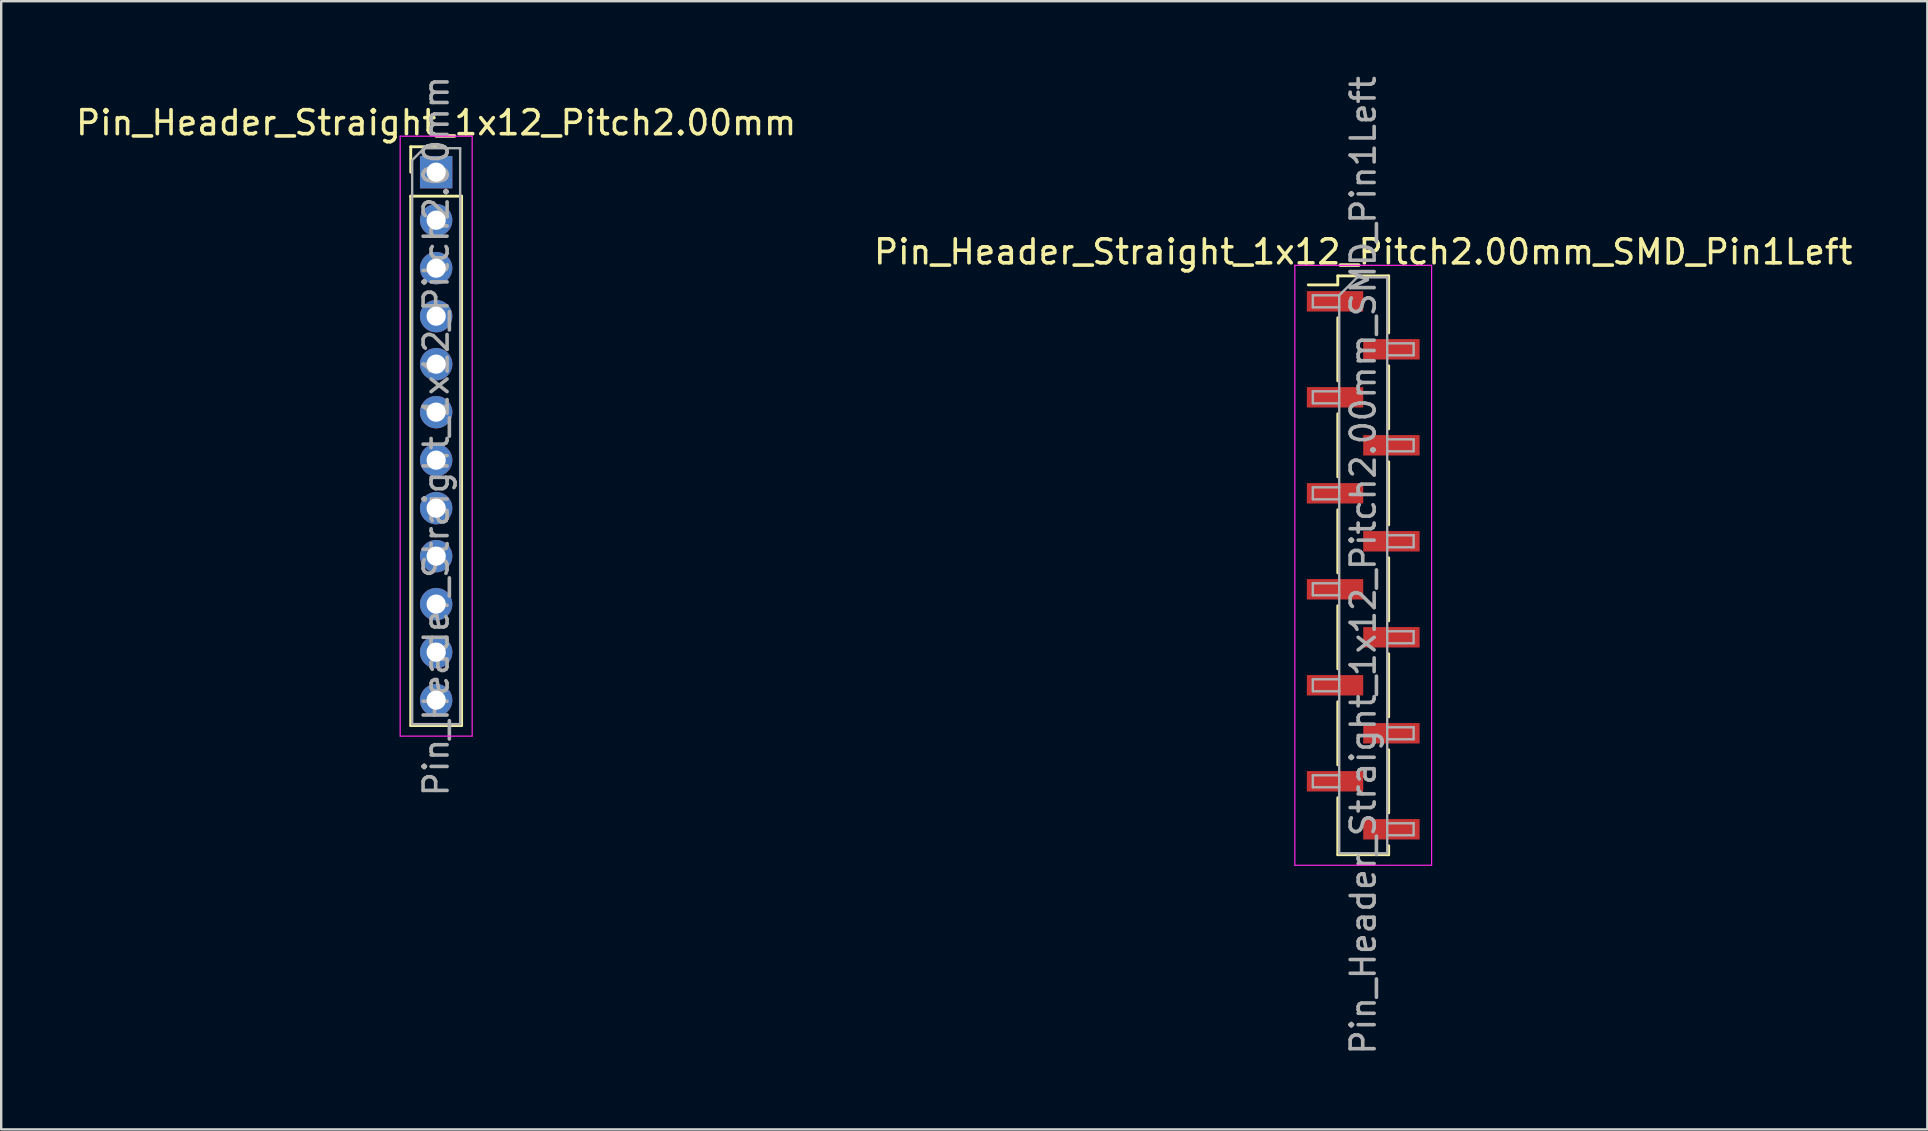
<source format=kicad_pcb>
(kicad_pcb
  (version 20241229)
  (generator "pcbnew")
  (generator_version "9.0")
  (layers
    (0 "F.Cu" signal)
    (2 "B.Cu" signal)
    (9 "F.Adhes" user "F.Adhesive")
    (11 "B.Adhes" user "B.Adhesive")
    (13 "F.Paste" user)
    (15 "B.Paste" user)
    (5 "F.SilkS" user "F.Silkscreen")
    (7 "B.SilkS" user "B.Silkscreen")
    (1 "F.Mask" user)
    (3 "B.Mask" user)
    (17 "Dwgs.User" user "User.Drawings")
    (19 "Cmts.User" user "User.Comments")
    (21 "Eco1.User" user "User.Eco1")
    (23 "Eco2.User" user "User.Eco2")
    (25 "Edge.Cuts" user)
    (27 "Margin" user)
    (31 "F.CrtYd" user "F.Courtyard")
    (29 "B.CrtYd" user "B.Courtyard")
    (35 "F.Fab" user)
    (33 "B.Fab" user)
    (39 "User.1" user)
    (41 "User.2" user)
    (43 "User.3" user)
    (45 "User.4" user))
  (footprint "Pin_Header_Straight_1x12_Pitch2.00mm_SMD_Pin1Left"
    (layer "F.Cu")
    (at 53.756 20.506)
    (property "Reference" "Pin_Header_Straight_1x12_Pitch2.00mm_SMD_Pin1Left" (at 0 -13.06 0) (layer "F.SilkS") (effects (font (size 1 1) (thickness 0.15))))
    (attr smd)
    (fp_line (start -1.06 -12.06) (end -1.06 -11.685) (stroke (width 0.12) (type solid)) (layer "F.SilkS"))
    (fp_line (start -1.06 -12.06) (end 1.06 -12.06) (stroke (width 0.12) (type solid)) (layer "F.SilkS"))
    (fp_line (start -1.06 -11.685) (end -2.29 -11.685) (stroke (width 0.12) (type solid)) (layer "F.SilkS"))
    (fp_line (start -1.06 -10.315) (end -1.06 -7.685) (stroke (width 0.12) (type solid)) (layer "F.SilkS"))
    (fp_line (start -1.06 -6.315) (end -1.06 -3.685) (stroke (width 0.12) (type solid)) (layer "F.SilkS"))
    (fp_line (start -1.06 -2.315) (end -1.06 0.315) (stroke (width 0.12) (type solid)) (layer "F.SilkS"))
    (fp_line (start -1.06 1.685) (end -1.06 4.315) (stroke (width 0.12) (type solid)) (layer "F.SilkS"))
    (fp_line (start -1.06 5.685) (end -1.06 8.315) (stroke (width 0.12) (type solid)) (layer "F.SilkS"))
    (fp_line (start -1.06 9.685) (end -1.06 12.06) (stroke (width 0.12) (type solid)) (layer "F.SilkS"))
    (fp_line (start -1.06 12.06) (end 1.06 12.06) (stroke (width 0.12) (type solid)) (layer "F.SilkS"))
    (fp_line (start 1.06 -12.06) (end 1.06 -9.685) (stroke (width 0.12) (type solid)) (layer "F.SilkS"))
    (fp_line (start 1.06 -8.315) (end 1.06 -5.685) (stroke (width 0.12) (type solid)) (layer "F.SilkS"))
    (fp_line (start 1.06 -4.315) (end 1.06 -1.685) (stroke (width 0.12) (type solid)) (layer "F.SilkS"))
    (fp_line (start 1.06 -0.315) (end 1.06 2.315) (stroke (width 0.12) (type solid)) (layer "F.SilkS"))
    (fp_line (start 1.06 3.685) (end 1.06 6.315) (stroke (width 0.12) (type solid)) (layer "F.SilkS"))
    (fp_line (start 1.06 7.685) (end 1.06 10.315) (stroke (width 0.12) (type solid)) (layer "F.SilkS"))
    (fp_line (start 1.06 11.685) (end 1.06 12.06) (stroke (width 0.12) (type solid)) (layer "F.SilkS"))
    (fp_line (start -2.85 -12.5) (end -2.85 12.5) (stroke (width 0.05) (type solid)) (layer "F.CrtYd"))
    (fp_line (start -2.85 12.5) (end 2.85 12.5) (stroke (width 0.05) (type solid)) (layer "F.CrtYd"))
    (fp_line (start 2.85 -12.5) (end -2.85 -12.5) (stroke (width 0.05) (type solid)) (layer "F.CrtYd"))
    (fp_line (start 2.85 12.5) (end 2.85 -12.5) (stroke (width 0.05) (type solid)) (layer "F.CrtYd"))
    (fp_line (start -2.1 -11.25) (end -2.1 -10.75) (stroke (width 0.1) (type solid)) (layer "F.Fab"))
    (fp_line (start -2.1 -10.75) (end -1 -10.75) (stroke (width 0.1) (type solid)) (layer "F.Fab"))
    (fp_line (start -2.1 -7.25) (end -2.1 -6.75) (stroke (width 0.1) (type solid)) (layer "F.Fab"))
    (fp_line (start -2.1 -6.75) (end -1 -6.75) (stroke (width 0.1) (type solid)) (layer "F.Fab"))
    (fp_line (start -2.1 -3.25) (end -2.1 -2.75) (stroke (width 0.1) (type solid)) (layer "F.Fab"))
    (fp_line (start -2.1 -2.75) (end -1 -2.75) (stroke (width 0.1) (type solid)) (layer "F.Fab"))
    (fp_line (start -2.1 0.75) (end -2.1 1.25) (stroke (width 0.1) (type solid)) (layer "F.Fab"))
    (fp_line (start -2.1 1.25) (end -1 1.25) (stroke (width 0.1) (type solid)) (layer "F.Fab"))
    (fp_line (start -2.1 4.75) (end -2.1 5.25) (stroke (width 0.1) (type solid)) (layer "F.Fab"))
    (fp_line (start -2.1 5.25) (end -1 5.25) (stroke (width 0.1) (type solid)) (layer "F.Fab"))
    (fp_line (start -2.1 8.75) (end -2.1 9.25) (stroke (width 0.1) (type solid)) (layer "F.Fab"))
    (fp_line (start -2.1 9.25) (end -1 9.25) (stroke (width 0.1) (type solid)) (layer "F.Fab"))
    (fp_line (start -1 -11.25) (end -2.1 -11.25) (stroke (width 0.1) (type solid)) (layer "F.Fab"))
    (fp_line (start -1 -11.25) (end -0.25 -12) (stroke (width 0.1) (type solid)) (layer "F.Fab"))
    (fp_line (start -1 -7.25) (end -2.1 -7.25) (stroke (width 0.1) (type solid)) (layer "F.Fab"))
    (fp_line (start -1 -3.25) (end -2.1 -3.25) (stroke (width 0.1) (type solid)) (layer "F.Fab"))
    (fp_line (start -1 0.75) (end -2.1 0.75) (stroke (width 0.1) (type solid)) (layer "F.Fab"))
    (fp_line (start -1 4.75) (end -2.1 4.75) (stroke (width 0.1) (type solid)) (layer "F.Fab"))
    (fp_line (start -1 8.75) (end -2.1 8.75) (stroke (width 0.1) (type solid)) (layer "F.Fab"))
    (fp_line (start -1 12) (end -1 -11.25) (stroke (width 0.1) (type solid)) (layer "F.Fab"))
    (fp_line (start -0.25 -12) (end 1 -12) (stroke (width 0.1) (type solid)) (layer "F.Fab"))
    (fp_line (start 1 -12) (end 1 12) (stroke (width 0.1) (type solid)) (layer "F.Fab"))
    (fp_line (start 1 -9.25) (end 2.1 -9.25) (stroke (width 0.1) (type solid)) (layer "F.Fab"))
    (fp_line (start 1 -5.25) (end 2.1 -5.25) (stroke (width 0.1) (type solid)) (layer "F.Fab"))
    (fp_line (start 1 -1.25) (end 2.1 -1.25) (stroke (width 0.1) (type solid)) (layer "F.Fab"))
    (fp_line (start 1 2.75) (end 2.1 2.75) (stroke (width 0.1) (type solid)) (layer "F.Fab"))
    (fp_line (start 1 6.75) (end 2.1 6.75) (stroke (width 0.1) (type solid)) (layer "F.Fab"))
    (fp_line (start 1 10.75) (end 2.1 10.75) (stroke (width 0.1) (type solid)) (layer "F.Fab"))
    (fp_line (start 1 12) (end -1 12) (stroke (width 0.1) (type solid)) (layer "F.Fab"))
    (fp_line (start 2.1 -9.25) (end 2.1 -8.75) (stroke (width 0.1) (type solid)) (layer "F.Fab"))
    (fp_line (start 2.1 -8.75) (end 1 -8.75) (stroke (width 0.1) (type solid)) (layer "F.Fab"))
    (fp_line (start 2.1 -5.25) (end 2.1 -4.75) (stroke (width 0.1) (type solid)) (layer "F.Fab"))
    (fp_line (start 2.1 -4.75) (end 1 -4.75) (stroke (width 0.1) (type solid)) (layer "F.Fab"))
    (fp_line (start 2.1 -1.25) (end 2.1 -0.75) (stroke (width 0.1) (type solid)) (layer "F.Fab"))
    (fp_line (start 2.1 -0.75) (end 1 -0.75) (stroke (width 0.1) (type solid)) (layer "F.Fab"))
    (fp_line (start 2.1 2.75) (end 2.1 3.25) (stroke (width 0.1) (type solid)) (layer "F.Fab"))
    (fp_line (start 2.1 3.25) (end 1 3.25) (stroke (width 0.1) (type solid)) (layer "F.Fab"))
    (fp_line (start 2.1 6.75) (end 2.1 7.25) (stroke (width 0.1) (type solid)) (layer "F.Fab"))
    (fp_line (start 2.1 7.25) (end 1 7.25) (stroke (width 0.1) (type solid)) (layer "F.Fab"))
    (fp_line (start 2.1 10.75) (end 2.1 11.25) (stroke (width 0.1) (type solid)) (layer "F.Fab"))
    (fp_line (start 2.1 11.25) (end 1 11.25) (stroke (width 0.1) (type solid)) (layer "F.Fab"))
    (fp_text user "${REFERENCE}" (at 0 0 90) (layer "F.Fab") (effects (font (size 1 1) (thickness 0.15))))
    (pad "1" smd rect (at -1.175 -11) (size 2.35 0.85) (layers "F.Cu" "F.Mask" "F.Paste"))
    (pad "2" smd rect (at 1.175 -9) (size 2.35 0.85) (layers "F.Cu" "F.Mask" "F.Paste"))
    (pad "3" smd rect (at -1.175 -7) (size 2.35 0.85) (layers "F.Cu" "F.Mask" "F.Paste"))
    (pad "4" smd rect (at 1.175 -5) (size 2.35 0.85) (layers "F.Cu" "F.Mask" "F.Paste"))
    (pad "5" smd rect (at -1.175 -3) (size 2.35 0.85) (layers "F.Cu" "F.Mask" "F.Paste"))
    (pad "6" smd rect (at 1.175 -1) (size 2.35 0.85) (layers "F.Cu" "F.Mask" "F.Paste"))
    (pad "7" smd rect (at -1.175 1) (size 2.35 0.85) (layers "F.Cu" "F.Mask" "F.Paste"))
    (pad "8" smd rect (at 1.175 3) (size 2.35 0.85) (layers "F.Cu" "F.Mask" "F.Paste"))
    (pad "9" smd rect (at -1.175 5) (size 2.35 0.85) (layers "F.Cu" "F.Mask" "F.Paste"))
    (pad "10" smd rect (at 1.175 7) (size 2.35 0.85) (layers "F.Cu" "F.Mask" "F.Paste"))
    (pad "11" smd rect (at -1.175 9) (size 2.35 0.85) (layers "F.Cu" "F.Mask" "F.Paste"))
    (pad "12" smd rect (at 1.175 11) (size 2.35 0.85) (layers "F.Cu" "F.Mask" "F.Paste")))
  (footprint "Pin_Header_Straight_1x12_Pitch2.00mm"
    (layer "F.Cu")
    (at 15.125 4.125)
    (property "Reference" "Pin_Header_Straight_1x12_Pitch2.00mm" (at 0 -2.06 0) (layer "F.SilkS") (effects (font (size 1 1) (thickness 0.15))))
    (attr through_hole)
    (fp_line (start -1.06 -1.06) (end 0 -1.06) (stroke (width 0.12) (type solid)) (layer "F.SilkS"))
    (fp_line (start -1.06 0) (end -1.06 -1.06) (stroke (width 0.12) (type solid)) (layer "F.SilkS"))
    (fp_line (start -1.06 1) (end -1.06 23.06) (stroke (width 0.12) (type solid)) (layer "F.SilkS"))
    (fp_line (start -1.06 1) (end 1.06 1) (stroke (width 0.12) (type solid)) (layer "F.SilkS"))
    (fp_line (start -1.06 23.06) (end 1.06 23.06) (stroke (width 0.12) (type solid)) (layer "F.SilkS"))
    (fp_line (start 1.06 1) (end 1.06 23.06) (stroke (width 0.12) (type solid)) (layer "F.SilkS"))
    (fp_line (start -1.5 -1.5) (end -1.5 23.5) (stroke (width 0.05) (type solid)) (layer "F.CrtYd"))
    (fp_line (start -1.5 23.5) (end 1.5 23.5) (stroke (width 0.05) (type solid)) (layer "F.CrtYd"))
    (fp_line (start 1.5 -1.5) (end -1.5 -1.5) (stroke (width 0.05) (type solid)) (layer "F.CrtYd"))
    (fp_line (start 1.5 23.5) (end 1.5 -1.5) (stroke (width 0.05) (type solid)) (layer "F.CrtYd"))
    (fp_line (start -1 -0.5) (end -0.5 -1) (stroke (width 0.1) (type solid)) (layer "F.Fab"))
    (fp_line (start -1 23) (end -1 -0.5) (stroke (width 0.1) (type solid)) (layer "F.Fab"))
    (fp_line (start -0.5 -1) (end 1 -1) (stroke (width 0.1) (type solid)) (layer "F.Fab"))
    (fp_line (start 1 -1) (end 1 23) (stroke (width 0.1) (type solid)) (layer "F.Fab"))
    (fp_line (start 1 23) (end -1 23) (stroke (width 0.1) (type solid)) (layer "F.Fab"))
    (fp_text user "${REFERENCE}" (at 0 11 90) (layer "F.Fab") (effects (font (size 1 1) (thickness 0.15))))
    (pad "1" thru_hole rect (at 0 0) (size 1.35 1.35) (drill 0.8) (layers "*.Cu" "*.Mask"))
    (pad "2" thru_hole oval (at 0 2) (size 1.35 1.35) (drill 0.8) (layers "*.Cu" "*.Mask"))
    (pad "3" thru_hole oval (at 0 4) (size 1.35 1.35) (drill 0.8) (layers "*.Cu" "*.Mask"))
    (pad "4" thru_hole oval (at 0 6) (size 1.35 1.35) (drill 0.8) (layers "*.Cu" "*.Mask"))
    (pad "5" thru_hole oval (at 0 8) (size 1.35 1.35) (drill 0.8) (layers "*.Cu" "*.Mask"))
    (pad "6" thru_hole oval (at 0 10) (size 1.35 1.35) (drill 0.8) (layers "*.Cu" "*.Mask"))
    (pad "7" thru_hole oval (at 0 12) (size 1.35 1.35) (drill 0.8) (layers "*.Cu" "*.Mask"))
    (pad "8" thru_hole oval (at 0 14) (size 1.35 1.35) (drill 0.8) (layers "*.Cu" "*.Mask"))
    (pad "9" thru_hole oval (at 0 16) (size 1.35 1.35) (drill 0.8) (layers "*.Cu" "*.Mask"))
    (pad "10" thru_hole oval (at 0 18) (size 1.35 1.35) (drill 0.8) (layers "*.Cu" "*.Mask"))
    (pad "11" thru_hole oval (at 0 20) (size 1.35 1.35) (drill 0.8) (layers "*.Cu" "*.Mask"))
    (pad "12" thru_hole oval (at 0 22) (size 1.35 1.35) (drill 0.8) (layers "*.Cu" "*.Mask")))
  (gr_rect
    (start -3 -3)
    (end 77.262 44.012)
    (stroke (width 0.1) (type default))
    (fill no)
    (layer "Edge.Cuts")))
</source>
